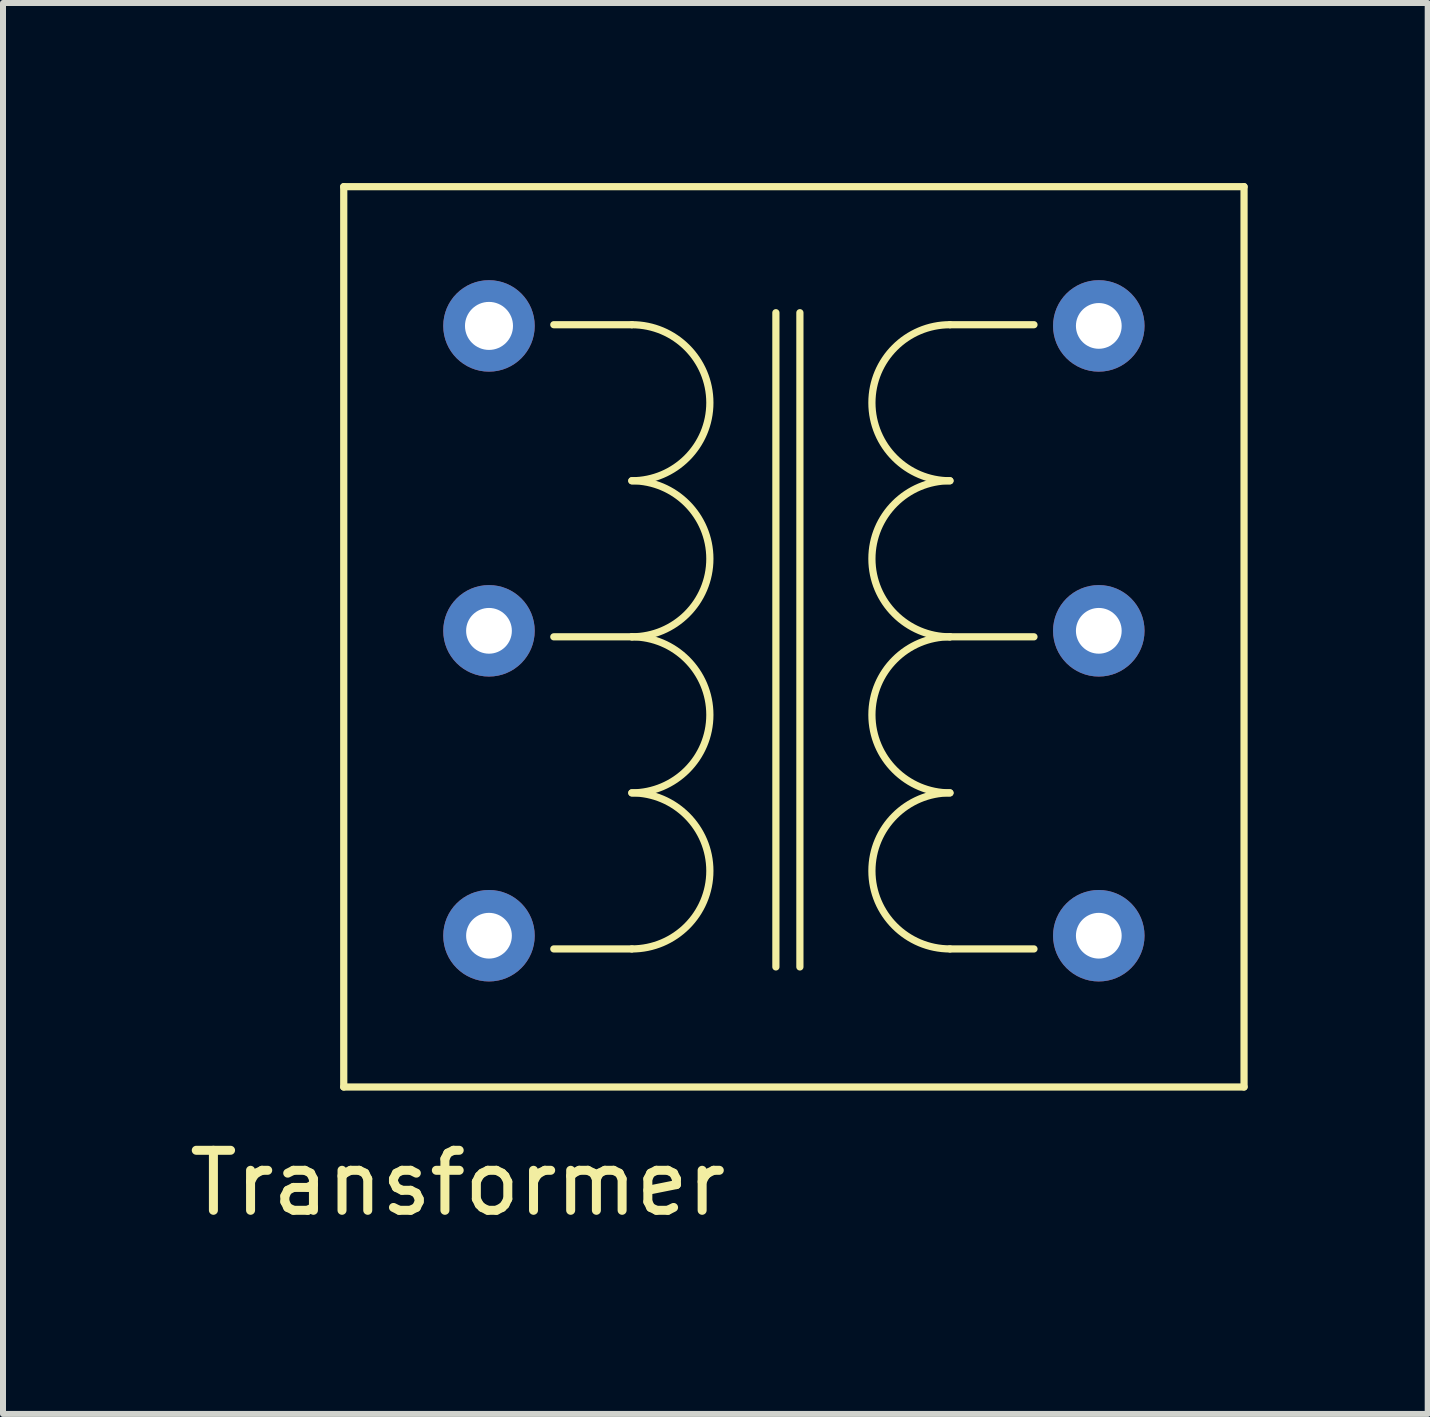
<source format=kicad_pcb>
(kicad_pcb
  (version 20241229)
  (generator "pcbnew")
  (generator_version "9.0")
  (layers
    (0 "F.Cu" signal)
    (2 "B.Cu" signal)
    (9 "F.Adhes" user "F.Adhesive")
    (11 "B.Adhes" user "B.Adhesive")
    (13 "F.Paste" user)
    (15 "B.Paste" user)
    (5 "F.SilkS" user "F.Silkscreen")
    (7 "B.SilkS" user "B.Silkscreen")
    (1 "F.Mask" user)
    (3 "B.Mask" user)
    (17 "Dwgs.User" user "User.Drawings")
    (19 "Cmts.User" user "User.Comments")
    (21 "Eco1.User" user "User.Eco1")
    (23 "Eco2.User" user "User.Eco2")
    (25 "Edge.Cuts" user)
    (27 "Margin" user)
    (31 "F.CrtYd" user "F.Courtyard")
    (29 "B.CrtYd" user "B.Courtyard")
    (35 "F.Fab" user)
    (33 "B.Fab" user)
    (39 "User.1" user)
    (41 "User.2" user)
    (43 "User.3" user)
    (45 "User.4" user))
  (footprint "Transformer"
    (layer "F.Cu")
    (at 10.177 7.46)
    (property "Reference" "Transformer" (at -5.6 9.2 0) (layer "F.SilkS") (effects (font (size 1 1) (thickness 0.15))))
    (attr through_hole)
    (fp_line (start -7.5 -7.4) (end -7.5 7.6) (stroke (width 0.12) (type solid)) (layer "F.SilkS"))
    (fp_line (start -7.5 7.6) (end 7.5 7.6) (stroke (width 0.12) (type solid)) (layer "F.SilkS"))
    (fp_line (start -2.7 -5.1) (end -4 -5.1) (stroke (width 0.12) (type solid)) (layer "F.SilkS"))
    (fp_line (start -2.7 0.1) (end -4 0.1) (stroke (width 0.12) (type solid)) (layer "F.SilkS"))
    (fp_line (start -2.7 5.3) (end -4 5.3) (stroke (width 0.12) (type solid)) (layer "F.SilkS"))
    (fp_line (start -0.3 -5.3) (end -0.3 5.6) (stroke (width 0.12) (type solid)) (layer "F.SilkS"))
    (fp_line (start 0.1 -5.3) (end 0.1 5.6) (stroke (width 0.12) (type solid)) (layer "F.SilkS"))
    (fp_line (start 2.6 -5.1) (end 4 -5.1) (stroke (width 0.12) (type solid)) (layer "F.SilkS"))
    (fp_line (start 2.6 0.1) (end 4 0.1) (stroke (width 0.12) (type solid)) (layer "F.SilkS"))
    (fp_line (start 2.6 5.3) (end 4 5.3) (stroke (width 0.12) (type solid)) (layer "F.SilkS"))
    (fp_line (start 7.5 -7.4) (end -7.5 -7.4) (stroke (width 0.12) (type solid)) (layer "F.SilkS"))
    (fp_line (start 7.5 7.6) (end 7.5 -7.4) (stroke (width 0.12) (type solid)) (layer "F.SilkS"))
    (fp_arc (start -2.7 -5.1) (mid -1.4 -3.8) (end -2.7 -2.5) (stroke (width 0.12) (type solid)) (layer "F.SilkS"))
    (fp_arc (start -2.7 -2.5) (mid -1.4 -1.2) (end -2.7 0.1) (stroke (width 0.12) (type solid)) (layer "F.SilkS"))
    (fp_arc (start -2.7 0.1) (mid -1.4 1.4) (end -2.7 2.7) (stroke (width 0.12) (type solid)) (layer "F.SilkS"))
    (fp_arc (start -2.7 2.7) (mid -1.4 4) (end -2.7 5.3) (stroke (width 0.12) (type solid)) (layer "F.SilkS"))
    (fp_arc (start 2.6 -2.5) (mid 1.3 -3.8) (end 2.6 -5.1) (stroke (width 0.12) (type solid)) (layer "F.SilkS"))
    (fp_arc (start 2.6 0.1) (mid 1.3 -1.2) (end 2.6 -2.5) (stroke (width 0.12) (type solid)) (layer "F.SilkS"))
    (fp_arc (start 2.6 2.7) (mid 1.3 1.4) (end 2.6 0.1) (stroke (width 0.12) (type solid)) (layer "F.SilkS"))
    (fp_arc (start 2.6 5.3) (mid 1.3 4) (end 2.6 2.7) (stroke (width 0.12) (type solid)) (layer "F.SilkS"))
    (pad "1" thru_hole circle (at -5.08 -5.08) (size 1.524 1.524) (drill 0.8) (layers "*.Cu" "*.Mask"))
    (pad "2" thru_hole circle (at -5.08 0) (size 1.524 1.524) (drill 0.762) (layers "*.Cu" "*.Mask"))
    (pad "3" thru_hole circle (at -5.08 5.08) (size 1.524 1.524) (drill 0.762) (layers "*.Cu" "*.Mask"))
    (pad "4" thru_hole circle (at 5.08 -5.08) (size 1.524 1.524) (drill 0.762) (layers "*.Cu" "*.Mask"))
    (pad "5" thru_hole circle (at 5.08 0) (size 1.524 1.524) (drill 0.762) (layers "*.Cu" "*.Mask"))
    (pad "6" thru_hole circle (at 5.08 5.08) (size 1.524 1.524) (drill 0.762) (layers "*.Cu" "*.Mask")))
  (gr_rect
    (start -3 -3)
    (end 20.737 20.508)
    (stroke (width 0.1) (type default))
    (fill no)
    (layer "Edge.Cuts")))
</source>
